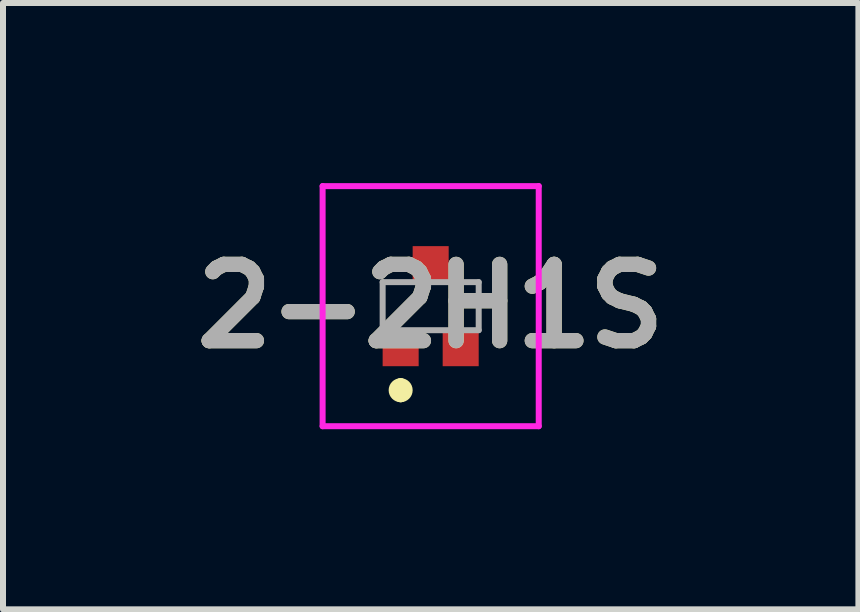
<source format=kicad_pcb>
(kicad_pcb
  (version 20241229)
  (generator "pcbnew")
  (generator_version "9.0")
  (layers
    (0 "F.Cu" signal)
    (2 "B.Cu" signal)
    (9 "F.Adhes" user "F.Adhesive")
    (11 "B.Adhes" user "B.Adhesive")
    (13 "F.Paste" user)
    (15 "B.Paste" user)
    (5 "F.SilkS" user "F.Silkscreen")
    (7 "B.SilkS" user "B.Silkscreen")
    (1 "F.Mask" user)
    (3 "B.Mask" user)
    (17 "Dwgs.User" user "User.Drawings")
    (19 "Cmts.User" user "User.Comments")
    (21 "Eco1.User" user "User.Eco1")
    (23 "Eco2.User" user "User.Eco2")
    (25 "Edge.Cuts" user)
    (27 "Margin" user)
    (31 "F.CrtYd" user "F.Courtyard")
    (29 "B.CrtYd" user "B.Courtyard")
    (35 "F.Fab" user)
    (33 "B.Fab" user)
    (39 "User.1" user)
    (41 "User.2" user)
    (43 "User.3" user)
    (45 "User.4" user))
  (footprint "2-2H1S"
    (layer "F.Cu")
    (at 4.124 2.05)
    (property "Reference" "2-2H1S" (at 0 0 0) (layer "F.SilkS") (effects (font (size 1.27 1.27) (thickness 0.254))))
    (attr smd)
    (fp_line (start -0.5 1.3) (end -0.5 1.3) (stroke (width 0.2) (type solid)) (layer "F.SilkS"))
    (fp_line (start -0.5 1.5) (end -0.5 1.5) (stroke (width 0.2) (type solid)) (layer "F.SilkS"))
    (fp_arc (start -0.5 1.3) (mid -0.4 1.4) (end -0.5 1.5) (stroke (width 0.2) (type solid)) (layer "F.SilkS"))
    (fp_arc (start -0.5 1.5) (mid -0.6 1.4) (end -0.5 1.3) (stroke (width 0.2) (type solid)) (layer "F.SilkS"))
    (fp_line (start -1.8 -2) (end 1.8 -2) (stroke (width 0.1) (type solid)) (layer "F.CrtYd"))
    (fp_line (start -1.8 2) (end -1.8 -2) (stroke (width 0.1) (type solid)) (layer "F.CrtYd"))
    (fp_line (start 1.8 -2) (end 1.8 2) (stroke (width 0.1) (type solid)) (layer "F.CrtYd"))
    (fp_line (start 1.8 2) (end -1.8 2) (stroke (width 0.1) (type solid)) (layer "F.CrtYd"))
    (fp_line (start -0.8 -0.4) (end -0.8 0.4) (stroke (width 0.1) (type solid)) (layer "F.Fab"))
    (fp_line (start -0.8 0.4) (end 0.8 0.4) (stroke (width 0.1) (type solid)) (layer "F.Fab"))
    (fp_line (start 0.8 -0.4) (end -0.8 -0.4) (stroke (width 0.1) (type solid)) (layer "F.Fab"))
    (fp_line (start 0.8 0.4) (end 0.8 -0.4) (stroke (width 0.1) (type solid)) (layer "F.Fab"))
    (fp_text user "${REFERENCE}" (at 0 0 0) (layer "F.Fab") (effects (font (size 1.27 1.27) (thickness 0.254))))
    (pad "1" smd rect (at -0.5 0.7 90) (size 0.6 0.6) (layers "F.Cu" "F.Mask" "F.Paste"))
    (pad "2" smd rect (at 0.5 0.7 90) (size 0.6 0.6) (layers "F.Cu" "F.Mask" "F.Paste"))
    (pad "3" smd rect (at 0 -0.7 90) (size 0.6 0.6) (layers "F.Cu" "F.Mask" "F.Paste")))
  (gr_rect
    (start -3 -3)
    (end 11.249 7.1)
    (stroke (width 0.1) (type default))
    (fill no)
    (layer "Edge.Cuts")))
</source>
